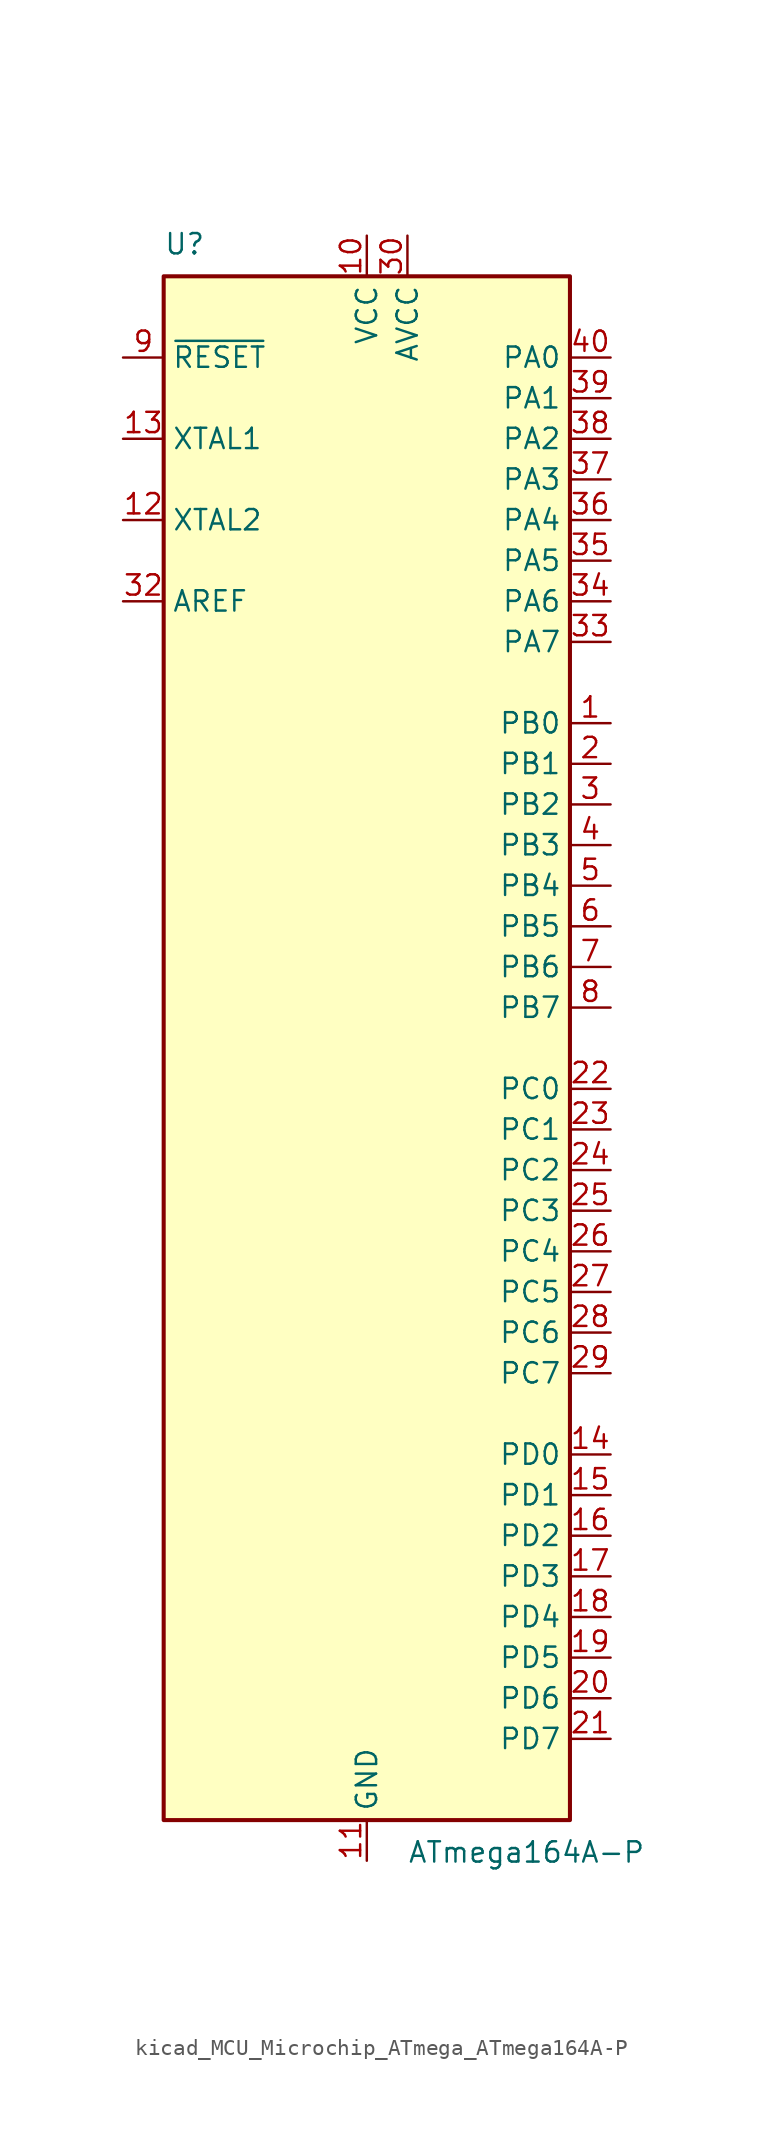
<source format=kicad_sym>
(kicad_symbol_lib
  (version 20220914)
  (generator kicad_symbol_editor)
  (symbol "kicad_MCU_Microchip_ATmega_ATmega164A-P"
    (property "Reference" "U"
      (at -12.7 49.53 0)
      (effects (font (size 1.27 1.27)) (justify left bottom)))
    (property "Value" "ATmega164A-P"
      (at 2.54 -49.53 0)
      (effects (font (size 1.27 1.27)) (justify left top)))
    (symbol "kicad_MCU_Microchip_ATmega_ATmega164A-P_0_1"
      (rectangle (start -12.7 -48.26) (end 12.7 48.26) (stroke (width 0.254) (type default)) (fill (type background))))
    (symbol "kicad_MCU_Microchip_ATmega_ATmega164A-P_1_1"
      (pin bidirectional line (at 15.24 20.32 180) (length 2.54) (name "PB0" (effects (font (size 1.27 1.27)))) (number "1" (effects (font (size 1.27 1.27)))))
      (pin power_in line (at 0 50.8 270) (length 2.54) (name "VCC" (effects (font (size 1.27 1.27)))) (number "10" (effects (font (size 1.27 1.27)))))
      (pin power_in line (at 0 -50.8 90) (length 2.54) (name "GND" (effects (font (size 1.27 1.27)))) (number "11" (effects (font (size 1.27 1.27)))))
      (pin output line (at -15.24 33.02 0) (length 2.54) (name "XTAL2" (effects (font (size 1.27 1.27)))) (number "12" (effects (font (size 1.27 1.27)))))
      (pin input line (at -15.24 38.1 0) (length 2.54) (name "XTAL1" (effects (font (size 1.27 1.27)))) (number "13" (effects (font (size 1.27 1.27)))))
      (pin bidirectional line (at 15.24 -25.4 180) (length 2.54) (name "PD0" (effects (font (size 1.27 1.27)))) (number "14" (effects (font (size 1.27 1.27)))))
      (pin bidirectional line (at 15.24 -27.94 180) (length 2.54) (name "PD1" (effects (font (size 1.27 1.27)))) (number "15" (effects (font (size 1.27 1.27)))))
      (pin bidirectional line (at 15.24 -30.48 180) (length 2.54) (name "PD2" (effects (font (size 1.27 1.27)))) (number "16" (effects (font (size 1.27 1.27)))))
      (pin bidirectional line (at 15.24 -33.02 180) (length 2.54) (name "PD3" (effects (font (size 1.27 1.27)))) (number "17" (effects (font (size 1.27 1.27)))))
      (pin bidirectional line (at 15.24 -35.56 180) (length 2.54) (name "PD4" (effects (font (size 1.27 1.27)))) (number "18" (effects (font (size 1.27 1.27)))))
      (pin bidirectional line (at 15.24 -38.1 180) (length 2.54) (name "PD5" (effects (font (size 1.27 1.27)))) (number "19" (effects (font (size 1.27 1.27)))))
      (pin bidirectional line (at 15.24 17.78 180) (length 2.54) (name "PB1" (effects (font (size 1.27 1.27)))) (number "2" (effects (font (size 1.27 1.27)))))
      (pin bidirectional line (at 15.24 -40.64 180) (length 2.54) (name "PD6" (effects (font (size 1.27 1.27)))) (number "20" (effects (font (size 1.27 1.27)))))
      (pin bidirectional line (at 15.24 -43.18 180) (length 2.54) (name "PD7" (effects (font (size 1.27 1.27)))) (number "21" (effects (font (size 1.27 1.27)))))
      (pin bidirectional line (at 15.24 -2.54 180) (length 2.54) (name "PC0" (effects (font (size 1.27 1.27)))) (number "22" (effects (font (size 1.27 1.27)))))
      (pin bidirectional line (at 15.24 -5.08 180) (length 2.54) (name "PC1" (effects (font (size 1.27 1.27)))) (number "23" (effects (font (size 1.27 1.27)))))
      (pin bidirectional line (at 15.24 -7.62 180) (length 2.54) (name "PC2" (effects (font (size 1.27 1.27)))) (number "24" (effects (font (size 1.27 1.27)))))
      (pin bidirectional line (at 15.24 -10.16 180) (length 2.54) (name "PC3" (effects (font (size 1.27 1.27)))) (number "25" (effects (font (size 1.27 1.27)))))
      (pin bidirectional line (at 15.24 -12.7 180) (length 2.54) (name "PC4" (effects (font (size 1.27 1.27)))) (number "26" (effects (font (size 1.27 1.27)))))
      (pin bidirectional line (at 15.24 -15.24 180) (length 2.54) (name "PC5" (effects (font (size 1.27 1.27)))) (number "27" (effects (font (size 1.27 1.27)))))
      (pin bidirectional line (at 15.24 -17.78 180) (length 2.54) (name "PC6" (effects (font (size 1.27 1.27)))) (number "28" (effects (font (size 1.27 1.27)))))
      (pin bidirectional line (at 15.24 -20.32 180) (length 2.54) (name "PC7" (effects (font (size 1.27 1.27)))) (number "29" (effects (font (size 1.27 1.27)))))
      (pin bidirectional line (at 15.24 15.24 180) (length 2.54) (name "PB2" (effects (font (size 1.27 1.27)))) (number "3" (effects (font (size 1.27 1.27)))))
      (pin power_in line (at 2.54 50.8 270) (length 2.54) (name "AVCC" (effects (font (size 1.27 1.27)))) (number "30" (effects (font (size 1.27 1.27)))))
      (pin passive line (at 0 -50.8 90) (length 2.54) hide (name "GND" (effects (font (size 1.27 1.27)))) (number "31" (effects (font (size 1.27 1.27)))))
      (pin passive line (at -15.24 27.94 0) (length 2.54) (name "AREF" (effects (font (size 1.27 1.27)))) (number "32" (effects (font (size 1.27 1.27)))))
      (pin bidirectional line (at 15.24 25.4 180) (length 2.54) (name "PA7" (effects (font (size 1.27 1.27)))) (number "33" (effects (font (size 1.27 1.27)))))
      (pin bidirectional line (at 15.24 27.94 180) (length 2.54) (name "PA6" (effects (font (size 1.27 1.27)))) (number "34" (effects (font (size 1.27 1.27)))))
      (pin bidirectional line (at 15.24 30.48 180) (length 2.54) (name "PA5" (effects (font (size 1.27 1.27)))) (number "35" (effects (font (size 1.27 1.27)))))
      (pin bidirectional line (at 15.24 33.02 180) (length 2.54) (name "PA4" (effects (font (size 1.27 1.27)))) (number "36" (effects (font (size 1.27 1.27)))))
      (pin bidirectional line (at 15.24 35.56 180) (length 2.54) (name "PA3" (effects (font (size 1.27 1.27)))) (number "37" (effects (font (size 1.27 1.27)))))
      (pin bidirectional line (at 15.24 38.1 180) (length 2.54) (name "PA2" (effects (font (size 1.27 1.27)))) (number "38" (effects (font (size 1.27 1.27)))))
      (pin bidirectional line (at 15.24 40.64 180) (length 2.54) (name "PA1" (effects (font (size 1.27 1.27)))) (number "39" (effects (font (size 1.27 1.27)))))
      (pin bidirectional line (at 15.24 12.7 180) (length 2.54) (name "PB3" (effects (font (size 1.27 1.27)))) (number "4" (effects (font (size 1.27 1.27)))))
      (pin bidirectional line (at 15.24 43.18 180) (length 2.54) (name "PA0" (effects (font (size 1.27 1.27)))) (number "40" (effects (font (size 1.27 1.27)))))
      (pin bidirectional line (at 15.24 10.16 180) (length 2.54) (name "PB4" (effects (font (size 1.27 1.27)))) (number "5" (effects (font (size 1.27 1.27)))))
      (pin bidirectional line (at 15.24 7.62 180) (length 2.54) (name "PB5" (effects (font (size 1.27 1.27)))) (number "6" (effects (font (size 1.27 1.27)))))
      (pin bidirectional line (at 15.24 5.08 180) (length 2.54) (name "PB6" (effects (font (size 1.27 1.27)))) (number "7" (effects (font (size 1.27 1.27)))))
      (pin bidirectional line (at 15.24 2.54 180) (length 2.54) (name "PB7" (effects (font (size 1.27 1.27)))) (number "8" (effects (font (size 1.27 1.27)))))
      (pin input line (at -15.24 43.18 0) (length 2.54) (name "~{RESET}" (effects (font (size 1.27 1.27)))) (number "9" (effects (font (size 1.27 1.27))))))))
</source>
